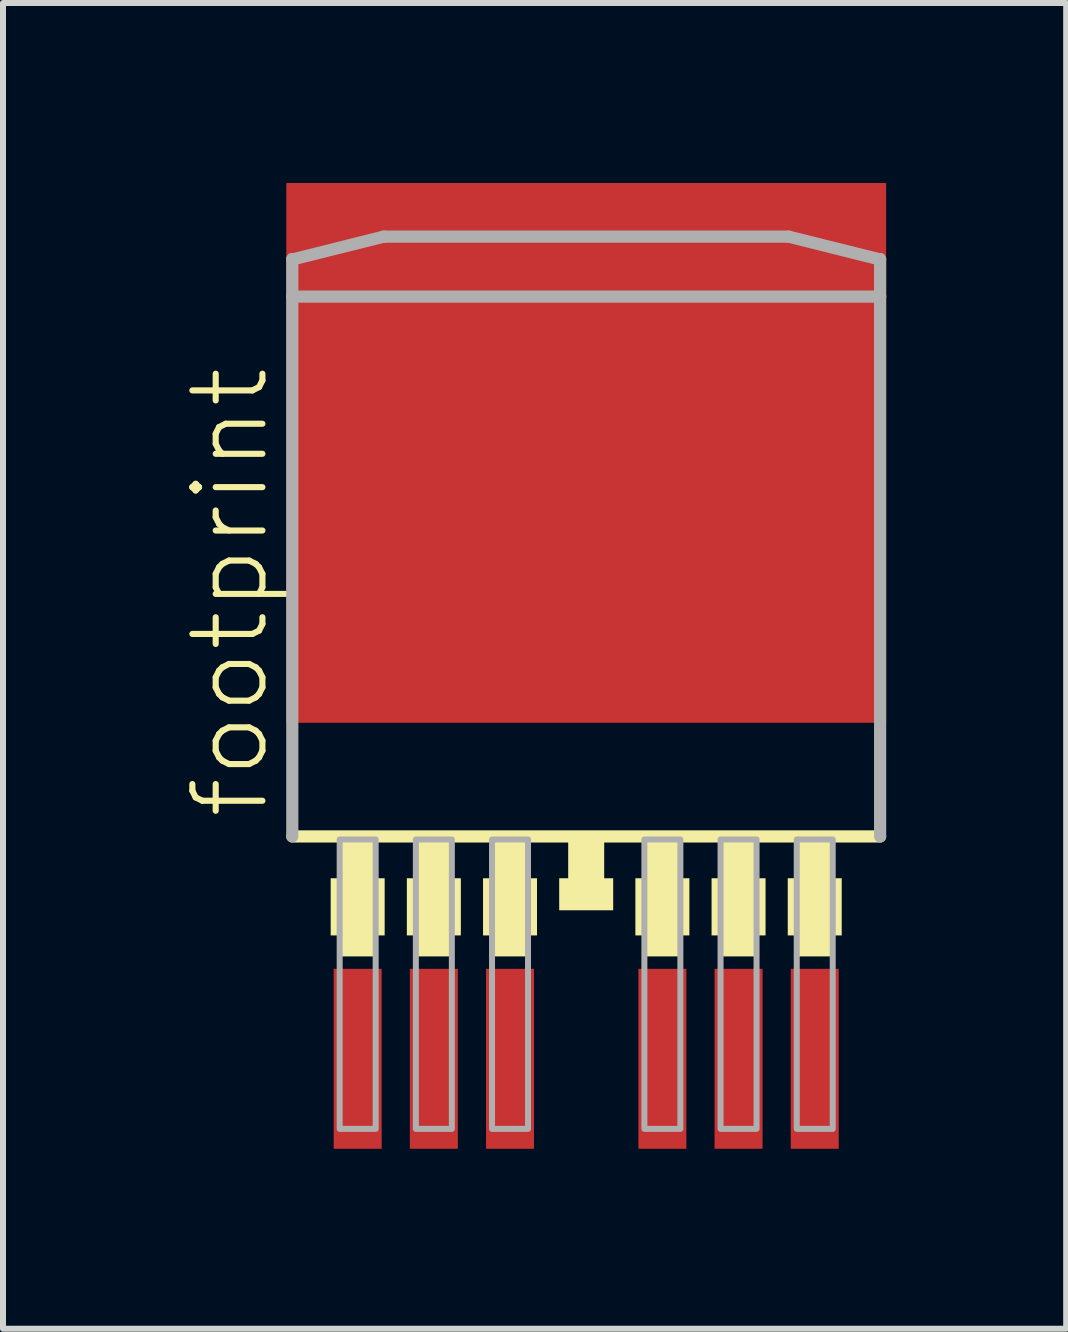
<source format=kicad_pcb>
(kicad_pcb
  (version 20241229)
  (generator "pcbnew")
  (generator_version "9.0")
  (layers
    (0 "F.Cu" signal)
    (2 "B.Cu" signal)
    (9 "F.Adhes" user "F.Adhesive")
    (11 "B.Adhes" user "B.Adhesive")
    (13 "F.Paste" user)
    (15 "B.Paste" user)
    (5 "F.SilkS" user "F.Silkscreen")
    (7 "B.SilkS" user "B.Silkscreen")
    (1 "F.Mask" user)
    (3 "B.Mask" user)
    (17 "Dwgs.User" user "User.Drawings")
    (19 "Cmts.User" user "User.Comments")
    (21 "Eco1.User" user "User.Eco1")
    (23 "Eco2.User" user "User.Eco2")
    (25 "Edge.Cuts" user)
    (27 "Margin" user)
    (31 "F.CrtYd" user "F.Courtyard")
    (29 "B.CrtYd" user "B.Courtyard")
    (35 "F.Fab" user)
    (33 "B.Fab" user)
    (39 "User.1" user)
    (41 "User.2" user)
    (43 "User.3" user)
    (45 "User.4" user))
  (footprint "footprint"
    (layer "F.Cu")
    (at 6.723 5.395)
    (property "Reference" "footprint" (at -5.25 5.25 90) (layer "F.SilkS") (effects (font (size 1.168 1.168) (thickness 0.102)) (justify left bottom)))
    (fp_line (start -4.9 5.5) (end 4.9 5.5) (stroke (width 0.203) (type solid)) (layer "F.SilkS"))
    (fp_poly (pts (xy -4.26 7.15) (xy -3.36 7.15) (xy -3.36 6.197) (xy -4.26 6.197)) (stroke (width 0) (type solid)) (fill yes) (layer "F.SilkS"))
    (fp_poly (pts (xy -4.11 7.5) (xy -3.51 7.5) (xy -3.51 5.55) (xy -4.11 5.55)) (stroke (width 0) (type solid)) (fill yes) (layer "F.SilkS"))
    (fp_poly (pts (xy -2.99 7.15) (xy -2.09 7.15) (xy -2.09 6.197) (xy -2.99 6.197)) (stroke (width 0) (type solid)) (fill yes) (layer "F.SilkS"))
    (fp_poly (pts (xy -2.84 7.5) (xy -2.24 7.5) (xy -2.24 5.55) (xy -2.84 5.55)) (stroke (width 0) (type solid)) (fill yes) (layer "F.SilkS"))
    (fp_poly (pts (xy -1.72 7.15) (xy -0.82 7.15) (xy -0.82 6.197) (xy -1.72 6.197)) (stroke (width 0) (type solid)) (fill yes) (layer "F.SilkS"))
    (fp_poly (pts (xy -1.57 7.5) (xy -0.97 7.5) (xy -0.97 5.55) (xy -1.57 5.55)) (stroke (width 0) (type solid)) (fill yes) (layer "F.SilkS"))
    (fp_poly (pts (xy -0.45 6.731) (xy 0.45 6.731) (xy 0.45 6.197) (xy -0.45 6.197)) (stroke (width 0) (type solid)) (fill yes) (layer "F.SilkS"))
    (fp_poly (pts (xy -0.3 6.604) (xy 0.3 6.604) (xy 0.3 5.55) (xy -0.3 5.55)) (stroke (width 0) (type solid)) (fill yes) (layer "F.SilkS"))
    (fp_poly (pts (xy 0.82 7.15) (xy 1.72 7.15) (xy 1.72 6.197) (xy 0.82 6.197)) (stroke (width 0) (type solid)) (fill yes) (layer "F.SilkS"))
    (fp_poly (pts (xy 0.97 7.5) (xy 1.57 7.5) (xy 1.57 5.55) (xy 0.97 5.55)) (stroke (width 0) (type solid)) (fill yes) (layer "F.SilkS"))
    (fp_poly (pts (xy 2.09 7.15) (xy 2.99 7.15) (xy 2.99 6.197) (xy 2.09 6.197)) (stroke (width 0) (type solid)) (fill yes) (layer "F.SilkS"))
    (fp_poly (pts (xy 2.24 7.5) (xy 2.84 7.5) (xy 2.84 5.55) (xy 2.24 5.55)) (stroke (width 0) (type solid)) (fill yes) (layer "F.SilkS"))
    (fp_poly (pts (xy 3.36 7.15) (xy 4.26 7.15) (xy 4.26 6.197) (xy 3.36 6.197)) (stroke (width 0) (type solid)) (fill yes) (layer "F.SilkS"))
    (fp_poly (pts (xy 3.51 7.5) (xy 4.11 7.5) (xy 4.11 5.55) (xy 3.51 5.55)) (stroke (width 0) (type solid)) (fill yes) (layer "F.SilkS"))
    (fp_line (start -4.9 -4.125) (end -4.9 -3.5) (stroke (width 0.203) (type solid)) (layer "F.Fab"))
    (fp_line (start -4.9 -3.5) (end -4.9 5.5) (stroke (width 0.203) (type solid)) (layer "F.Fab"))
    (fp_line (start -4.875 -4.125) (end -4.9 -4.125) (stroke (width 0.203) (type solid)) (layer "F.Fab"))
    (fp_line (start -3.375 -4.5) (end -4.875 -4.125) (stroke (width 0.203) (type solid)) (layer "F.Fab"))
    (fp_line (start 3.375 -4.5) (end -3.375 -4.5) (stroke (width 0.203) (type solid)) (layer "F.Fab"))
    (fp_line (start 4.875 -4.125) (end 3.375 -4.5) (stroke (width 0.203) (type solid)) (layer "F.Fab"))
    (fp_line (start 4.9 -4.125) (end 4.875 -4.125) (stroke (width 0.203) (type solid)) (layer "F.Fab"))
    (fp_line (start 4.9 -3.5) (end -4.9 -3.5) (stroke (width 0.203) (type solid)) (layer "F.Fab"))
    (fp_line (start 4.9 -3.5) (end 4.9 -4.125) (stroke (width 0.203) (type solid)) (layer "F.Fab"))
    (fp_line (start 4.9 5.5) (end 4.9 -3.5) (stroke (width 0.203) (type solid)) (layer "F.Fab"))
    (fp_poly (pts (xy -4.11 10.375) (xy -3.51 10.375) (xy -3.51 5.55) (xy -4.11 5.55)) (stroke (width 0.1) (type solid)) (fill no) (layer "F.Fab"))
    (fp_poly (pts (xy -2.84 10.375) (xy -2.24 10.375) (xy -2.24 5.55) (xy -2.84 5.55)) (stroke (width 0.1) (type solid)) (fill no) (layer "F.Fab"))
    (fp_poly (pts (xy -1.57 10.375) (xy -0.97 10.375) (xy -0.97 5.55) (xy -1.57 5.55)) (stroke (width 0.1) (type solid)) (fill no) (layer "F.Fab"))
    (fp_poly (pts (xy 0.97 10.375) (xy 1.57 10.375) (xy 1.57 5.55) (xy 0.97 5.55)) (stroke (width 0.1) (type solid)) (fill no) (layer "F.Fab"))
    (fp_poly (pts (xy 2.24 10.375) (xy 2.84 10.375) (xy 2.84 5.55) (xy 2.24 5.55)) (stroke (width 0.1) (type solid)) (fill no) (layer "F.Fab"))
    (fp_poly (pts (xy 3.51 10.375) (xy 4.11 10.375) (xy 4.11 5.55) (xy 3.51 5.55)) (stroke (width 0.1) (type solid)) (fill no) (layer "F.Fab"))
    (pad "1" smd rect (at -3.81 9.207) (size 0.8 3) (layers "F.Cu" "F.Mask" "F.Paste"))
    (pad "2" smd rect (at -2.54 9.207) (size 0.8 3) (layers "F.Cu" "F.Mask" "F.Paste"))
    (pad "3" smd rect (at -1.27 9.207) (size 0.8 3) (layers "F.Cu" "F.Mask" "F.Paste"))
    (pad "5" smd rect (at 1.27 9.207) (size 0.8 3) (layers "F.Cu" "F.Mask" "F.Paste"))
    (pad "6" smd rect (at 2.54 9.207) (size 0.8 3) (layers "F.Cu" "F.Mask" "F.Paste"))
    (pad "7" smd rect (at 3.81 9.207) (size 0.8 3) (layers "F.Cu" "F.Mask" "F.Paste"))
    (pad "8" smd rect (at 0 -0.895) (size 10 9) (layers "F.Cu" "F.Mask" "F.Paste")))
  (gr_rect
    (start -3 -3)
    (end 14.725 19.102)
    (stroke (width 0.1) (type default))
    (fill no)
    (layer "Edge.Cuts")))
</source>
